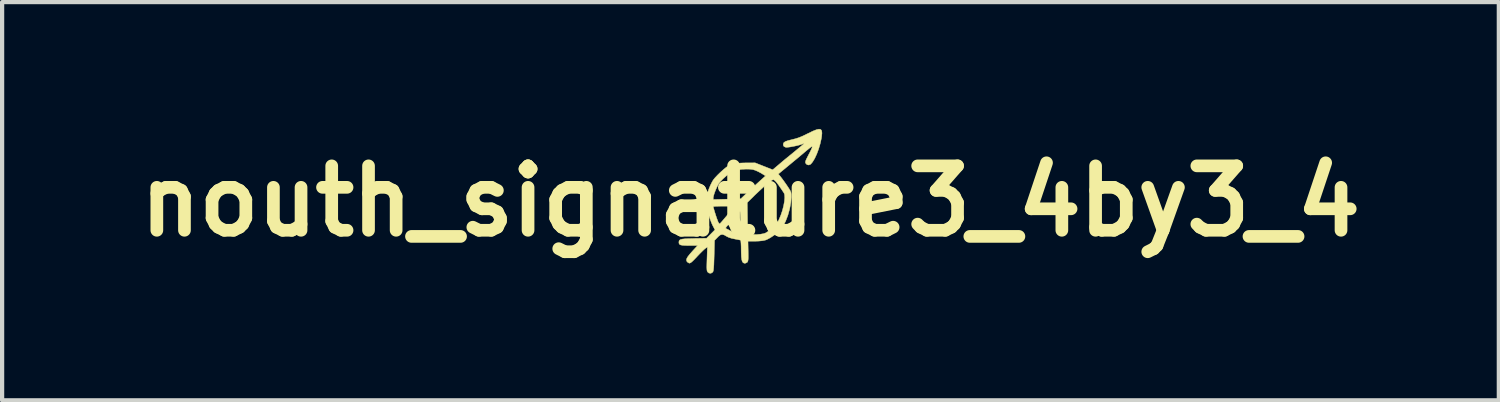
<source format=kicad_pcb>
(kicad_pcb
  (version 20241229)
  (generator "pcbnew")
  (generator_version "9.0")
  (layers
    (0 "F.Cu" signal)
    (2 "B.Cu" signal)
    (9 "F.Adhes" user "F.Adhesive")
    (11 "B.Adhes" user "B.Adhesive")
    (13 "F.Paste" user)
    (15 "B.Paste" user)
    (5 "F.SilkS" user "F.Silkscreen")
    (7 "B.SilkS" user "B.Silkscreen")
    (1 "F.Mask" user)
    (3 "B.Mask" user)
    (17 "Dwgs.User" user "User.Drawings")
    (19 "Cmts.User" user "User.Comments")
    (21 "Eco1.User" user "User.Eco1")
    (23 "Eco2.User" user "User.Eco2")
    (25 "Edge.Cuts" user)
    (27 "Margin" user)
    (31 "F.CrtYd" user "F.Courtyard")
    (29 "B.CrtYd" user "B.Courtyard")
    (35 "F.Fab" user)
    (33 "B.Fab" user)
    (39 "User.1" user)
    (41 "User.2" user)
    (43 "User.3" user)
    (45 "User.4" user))
  (footprint "nouth_signature3_4by3_4"
    (layer "F.Cu")
    (at 14.703 1.708)
    (property "Reference" "nouth_signature3_4by3_4" (at 0 0 0) (layer "F.SilkS") (effects (font (size 1.524 1.524) (thickness 0.3))))
    (attr through_hole)
    (fp_poly (pts (xy 1.663 -1.695) (xy 1.685 -1.664) (xy 1.691 -1.609) (xy 1.684 -1.53) (xy 1.677 -1.484) (xy 1.649 -1.358) (xy 1.612 -1.233) (xy 1.568 -1.115) (xy 1.52 -1.011) (xy 1.47 -0.928) (xy 1.425 -0.874) (xy 1.381 -0.854) (xy 1.337 -0.863) (xy 1.304 -0.898) (xy 1.299 -0.919) (xy 1.305 -0.951) (xy 1.325 -0.998) (xy 1.36 -1.068) (xy 1.37 -1.087) (xy 1.418 -1.179) (xy 1.448 -1.243) (xy 1.461 -1.28) (xy 1.456 -1.292) (xy 1.432 -1.281) (xy 1.389 -1.248) (xy 1.327 -1.197) (xy 1.264 -1.144) (xy 1.182 -1.075) (xy 1.09 -0.998) (xy 0.994 -0.919) (xy 0.918 -0.856) (xy 0.659 -0.642) (xy 0.717 -0.571) (xy 0.753 -0.524) (xy 0.799 -0.461) (xy 0.849 -0.39) (xy 0.87 -0.359) (xy 0.913 -0.294) (xy 0.941 -0.248) (xy 0.957 -0.21) (xy 0.963 -0.171) (xy 0.965 -0.121) (xy 0.965 -0.097) (xy 0.955 0.036) (xy 0.927 0.184) (xy 0.885 0.334) (xy 0.831 0.475) (xy 0.769 0.597) (xy 0.759 0.614) (xy 0.709 0.676) (xy 0.637 0.744) (xy 0.553 0.81) (xy 0.467 0.867) (xy 0.387 0.909) (xy 0.352 0.922) (xy 0.285 0.936) (xy 0.196 0.945) (xy 0.103 0.948) (xy -0.059 0.948) (xy -0.054 1.183) (xy -0.053 1.279) (xy -0.053 1.347) (xy -0.056 1.393) (xy -0.063 1.422) (xy -0.072 1.441) (xy -0.077 1.447) (xy -0.114 1.467) (xy -0.141 1.47) (xy -0.171 1.459) (xy -0.192 1.433) (xy -0.206 1.388) (xy -0.215 1.32) (xy -0.219 1.225) (xy -0.22 1.157) (xy -0.221 1.073) (xy -0.224 1.002) (xy -0.228 0.951) (xy -0.233 0.926) (xy -0.235 0.924) (xy -0.257 0.918) (xy -0.304 0.908) (xy -0.365 0.897) (xy -0.374 0.895) (xy -0.45 0.879) (xy -0.518 0.856) (xy -0.559 0.836) (xy -0.622 0.8) (xy -0.669 0.787) (xy -0.711 0.798) (xy -0.757 0.833) (xy -0.776 0.853) (xy -0.85 0.928) (xy -0.859 1.289) (xy -0.863 1.415) (xy -0.866 1.51) (xy -0.871 1.58) (xy -0.876 1.629) (xy -0.883 1.66) (xy -0.892 1.679) (xy -0.894 1.681) (xy -0.935 1.707) (xy -0.981 1.702) (xy -1.009 1.681) (xy -1.019 1.667) (xy -1.027 1.647) (xy -1.031 1.615) (xy -1.033 1.567) (xy -1.032 1.496) (xy -1.029 1.398) (xy -1.028 1.368) (xy -1.019 1.083) (xy -1.067 1.118) (xy -1.097 1.143) (xy -1.144 1.188) (xy -1.201 1.245) (xy -1.262 1.309) (xy -1.267 1.315) (xy -1.331 1.382) (xy -1.378 1.428) (xy -1.411 1.455) (xy -1.435 1.466) (xy -1.454 1.466) (xy -1.454 1.465) (xy -1.492 1.442) (xy -1.508 1.421) (xy -1.515 1.393) (xy -1.507 1.358) (xy -1.481 1.313) (xy -1.434 1.253) (xy -1.365 1.175) (xy -1.363 1.173) (xy -1.25 1.05) (xy -1.452 1.05) (xy -1.547 1.049) (xy -1.614 1.044) (xy -1.657 1.035) (xy -1.681 1.019) (xy -1.692 0.995) (xy -1.693 0.972) (xy -1.69 0.945) (xy -1.679 0.924) (xy -1.655 0.909) (xy -1.613 0.898) (xy -1.551 0.891) (xy -1.463 0.887) (xy -1.346 0.884) (xy -1.338 0.883) (xy -1.038 0.878) (xy -0.839 0.677) (xy -0.861 0.637) (xy -0.588 0.637) (xy -0.576 0.65) (xy -0.565 0.655) (xy -0.527 0.673) (xy -0.492 0.693) (xy -0.446 0.714) (xy -0.371 0.735) (xy -0.274 0.755) (xy -0.25 0.76) (xy -0.246 0.745) (xy -0.242 0.701) (xy -0.239 0.635) (xy -0.237 0.551) (xy -0.237 0.488) (xy -0.238 0.397) (xy -0.24 0.321) (xy -0.244 0.265) (xy -0.248 0.234) (xy -0.251 0.229) (xy -0.267 0.248) (xy -0.3 0.287) (xy -0.345 0.341) (xy -0.399 0.405) (xy -0.407 0.415) (xy -0.462 0.481) (xy -0.511 0.54) (xy -0.55 0.586) (xy -0.572 0.612) (xy -0.573 0.613) (xy -0.588 0.637) (xy -0.861 0.637) (xy -0.886 0.591) (xy -0.911 0.539) (xy -0.94 0.466) (xy -0.97 0.381) (xy -0.99 0.317) (xy -1.045 0.13) (xy -0.881 0.13) (xy -0.875 0.156) (xy -0.862 0.204) (xy -0.843 0.267) (xy -0.821 0.336) (xy -0.799 0.402) (xy -0.779 0.456) (xy -0.767 0.487) (xy -0.747 0.523) (xy -0.731 0.538) (xy -0.729 0.538) (xy -0.714 0.524) (xy -0.682 0.489) (xy -0.637 0.436) (xy -0.581 0.37) (xy -0.544 0.326) (xy -0.372 0.119) (xy -0.626 0.119) (xy -0.715 0.119) (xy -0.79 0.121) (xy -0.846 0.124) (xy -0.876 0.128) (xy -0.881 0.13) (xy -1.045 0.13) (xy -1.045 0.127) (xy -1.247 0.122) (xy -1.336 0.12) (xy -1.397 0.115) (xy -1.436 0.109) (xy -1.459 0.099) (xy -1.469 0.09) (xy -1.489 0.048) (xy -1.485 0.033) (xy -0.076 0.033) (xy -0.071 0.405) (xy -0.066 0.777) (xy -0.012 0.785) (xy 0.067 0.791) (xy 0.154 0.79) (xy 0.239 0.782) (xy 0.312 0.769) (xy 0.356 0.754) (xy 0.4 0.727) (xy 0.458 0.689) (xy 0.512 0.648) (xy 0.565 0.604) (xy 0.605 0.56) (xy 0.64 0.505) (xy 0.675 0.435) (xy 0.719 0.331) (xy 0.756 0.221) (xy 0.784 0.111) (xy 0.803 0.008) (xy 0.811 -0.081) (xy 0.807 -0.152) (xy 0.796 -0.186) (xy 0.777 -0.216) (xy 0.744 -0.266) (xy 0.702 -0.327) (xy 0.675 -0.367) (xy 0.62 -0.44) (xy 0.579 -0.485) (xy 0.549 -0.506) (xy 0.539 -0.508) (xy 0.51 -0.496) (xy 0.459 -0.461) (xy 0.39 -0.405) (xy 0.304 -0.33) (xy 0.204 -0.238) (xy 0.09 -0.13) (xy 0.068 -0.107) (xy -0.076 0.033) (xy -1.485 0.033) (xy -1.478 0.008) (xy -1.474 0) (xy -1.458 -0.012) (xy -1.425 -0.02) (xy -1.37 -0.027) (xy -1.288 -0.032) (xy -1.25 -0.034) (xy -1.041 -0.042) (xy -1.037 -0.081) (xy -0.881 -0.081) (xy -0.881 -0.038) (xy -0.555 -0.046) (xy -0.229 -0.055) (xy -0.102 -0.177) (xy -0.036 -0.239) (xy 0.044 -0.313) (xy 0.127 -0.39) (xy 0.191 -0.448) (xy 0.356 -0.597) (xy 0.252 -0.662) (xy 0.185 -0.698) (xy 0.115 -0.729) (xy 0.063 -0.746) (xy -0.01 -0.756) (xy -0.103 -0.758) (xy -0.204 -0.753) (xy -0.3 -0.741) (xy -0.378 -0.723) (xy -0.391 -0.719) (xy -0.444 -0.692) (xy -0.511 -0.646) (xy -0.583 -0.588) (xy -0.653 -0.525) (xy -0.712 -0.463) (xy -0.749 -0.415) (xy -0.783 -0.354) (xy -0.817 -0.282) (xy -0.847 -0.207) (xy -0.869 -0.139) (xy -0.88 -0.089) (xy -0.881 -0.081) (xy -1.037 -0.081) (xy -1.032 -0.119) (xy -1.016 -0.192) (xy -0.986 -0.282) (xy -0.948 -0.374) (xy -0.906 -0.458) (xy -0.88 -0.501) (xy -0.839 -0.552) (xy -0.779 -0.616) (xy -0.708 -0.685) (xy -0.634 -0.751) (xy -0.569 -0.804) (xy -0.505 -0.844) (xy -0.428 -0.873) (xy -0.335 -0.892) (xy -0.218 -0.902) (xy -0.11 -0.905) (xy 0.11 -0.906) (xy 0.318 -0.824) (xy 0.526 -0.742) (xy 0.674 -0.867) (xy 0.74 -0.923) (xy 0.824 -0.993) (xy 0.917 -1.069) (xy 1.009 -1.144) (xy 1.046 -1.174) (xy 1.119 -1.235) (xy 1.183 -1.287) (xy 1.232 -1.329) (xy 1.262 -1.355) (xy 1.27 -1.363) (xy 1.256 -1.362) (xy 1.223 -1.35) (xy 1.215 -1.347) (xy 1.164 -1.33) (xy 1.094 -1.312) (xy 1.016 -1.296) (xy 0.94 -1.282) (xy 0.876 -1.274) (xy 0.836 -1.273) (xy 0.793 -1.292) (xy 0.774 -1.328) (xy 0.781 -1.371) (xy 0.792 -1.387) (xy 0.825 -1.41) (xy 0.887 -1.432) (xy 0.979 -1.455) (xy 0.982 -1.456) (xy 1.067 -1.477) (xy 1.151 -1.504) (xy 1.241 -1.542) (xy 1.349 -1.595) (xy 1.365 -1.602) (xy 1.475 -1.656) (xy 1.56 -1.69) (xy 1.622 -1.703) (xy 1.663 -1.695)) (stroke (width 0.01) (type solid)) (fill yes) (layer "F.SilkS")))
  (gr_rect
    (start -3 -3)
    (end 32.406 6.42)
    (stroke (width 0.1) (type default))
    (fill no)
    (layer "Edge.Cuts")))
</source>
